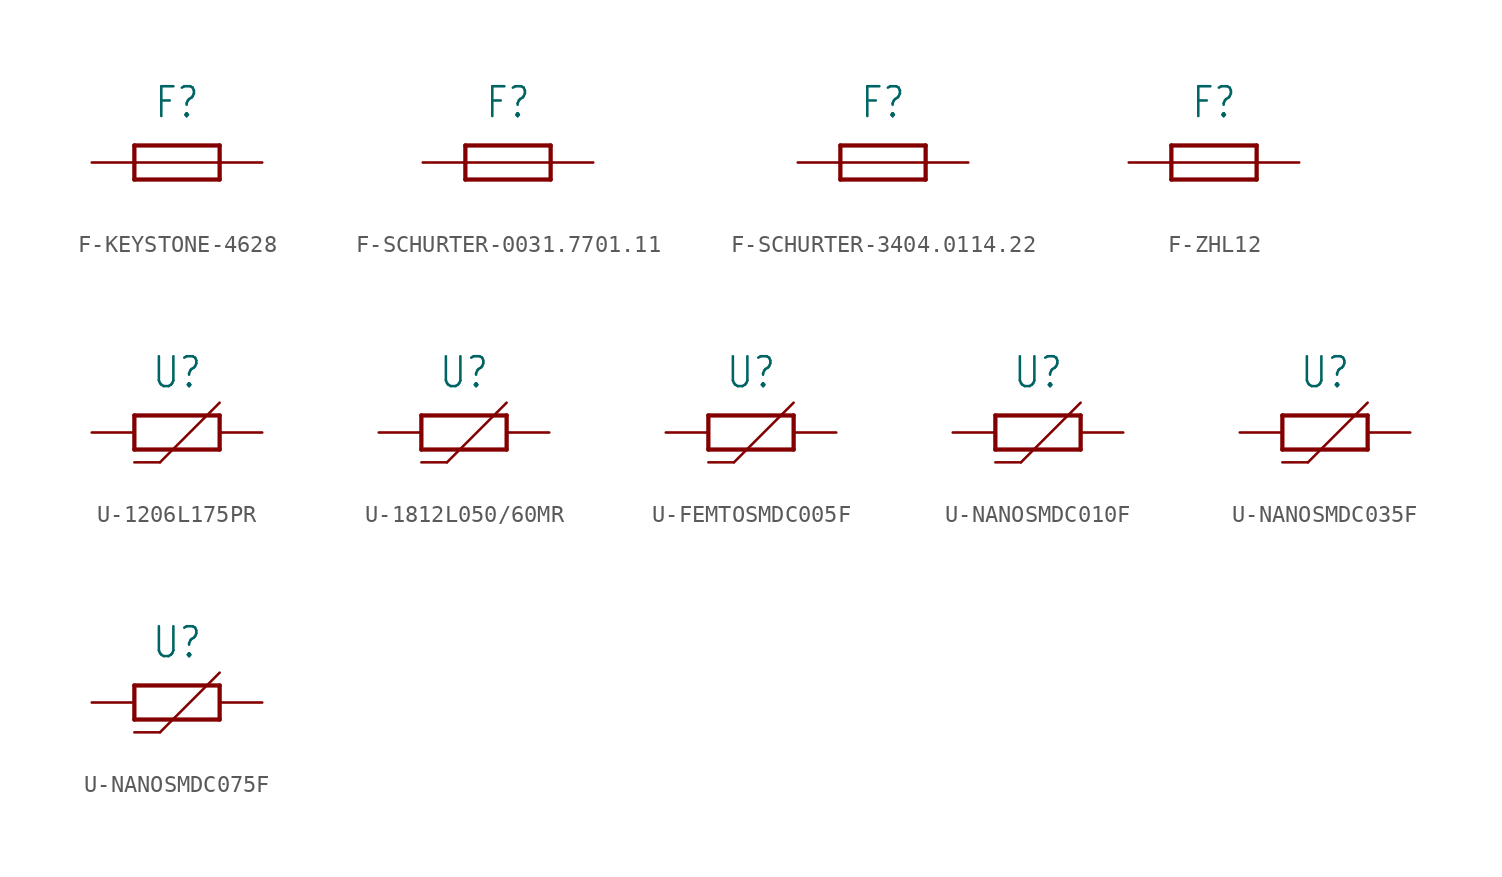
<source format=kicad_sym>
(kicad_symbol_lib
  (version 20231120)
  (generator "kicad_symbol_editor")
  (generator_version "8.0")
  (symbol "F-KEYSTONE-4628"
    (property "Reference" "F"
      (at 0 2.54 0)
      (effects (font (size 1.778 1.511)) (justify bottom)))
    (property "Value" ""
      (at 0 -2.54 0)
      (effects (font (size 1.778 1.511)) (justify top)))
    (property "ki_locked" ""
      (at 0 0 0)
      (effects (font (size 1.27 1.27))))
    (symbol "F-KEYSTONE-4628_1_0"
      (polyline (pts (xy -2.54 -1.016) (xy -2.54 0)) (stroke (width 0.254) (type solid)) (fill (type none)))
      (polyline (pts (xy -2.54 0) (xy -2.54 1.016)) (stroke (width 0.254) (type solid)) (fill (type none)))
      (polyline (pts (xy -2.54 0) (xy 2.54 0)) (stroke (width 0.152) (type solid)) (fill (type none)))
      (polyline (pts (xy -2.54 1.016) (xy 2.54 1.016)) (stroke (width 0.254) (type solid)) (fill (type none)))
      (polyline (pts (xy 2.54 -1.016) (xy -2.54 -1.016)) (stroke (width 0.254) (type solid)) (fill (type none)))
      (polyline (pts (xy 2.54 0) (xy 2.54 -1.016)) (stroke (width 0.254) (type solid)) (fill (type none)))
      (polyline (pts (xy 2.54 1.016) (xy 2.54 0)) (stroke (width 0.254) (type solid)) (fill (type none)))
      (pin passive line (at -5.08 0 0) (length 2.54) (name "1" (effects (font (size 0 0)))) (number "1" (effects (font (size 0 0)))))
      (pin passive line (at 5.08 0 180) (length 2.54) (name "2" (effects (font (size 0 0)))) (number "2" (effects (font (size 0 0)))))))
  (symbol "F-SCHURTER-0031.7701.11"
    (property "Reference" "F"
      (at 0 2.54 0)
      (effects (font (size 1.778 1.511)) (justify bottom)))
    (property "Value" ""
      (at 0 -2.54 0)
      (effects (font (size 1.778 1.511)) (justify top)))
    (property "ki_locked" ""
      (at 0 0 0)
      (effects (font (size 1.27 1.27))))
    (symbol "F-SCHURTER-0031.7701.11_1_0"
      (polyline (pts (xy -2.54 -1.016) (xy -2.54 0)) (stroke (width 0.254) (type solid)) (fill (type none)))
      (polyline (pts (xy -2.54 0) (xy -2.54 1.016)) (stroke (width 0.254) (type solid)) (fill (type none)))
      (polyline (pts (xy -2.54 0) (xy 2.54 0)) (stroke (width 0.152) (type solid)) (fill (type none)))
      (polyline (pts (xy -2.54 1.016) (xy 2.54 1.016)) (stroke (width 0.254) (type solid)) (fill (type none)))
      (polyline (pts (xy 2.54 -1.016) (xy -2.54 -1.016)) (stroke (width 0.254) (type solid)) (fill (type none)))
      (polyline (pts (xy 2.54 0) (xy 2.54 -1.016)) (stroke (width 0.254) (type solid)) (fill (type none)))
      (polyline (pts (xy 2.54 1.016) (xy 2.54 0)) (stroke (width 0.254) (type solid)) (fill (type none)))
      (pin passive line (at -5.08 0 0) (length 2.54) (name "1" (effects (font (size 0 0)))) (number "1" (effects (font (size 0 0)))))
      (pin passive line (at 5.08 0 180) (length 2.54) (name "2" (effects (font (size 0 0)))) (number "2" (effects (font (size 0 0)))))))
  (symbol "F-SCHURTER-3404.0114.22"
    (property "Reference" "F"
      (at 0 2.54 0)
      (effects (font (size 1.778 1.511)) (justify bottom)))
    (property "Value" ""
      (at 0 -2.54 0)
      (effects (font (size 1.778 1.511)) (justify top)))
    (property "ki_locked" ""
      (at 0 0 0)
      (effects (font (size 1.27 1.27))))
    (symbol "F-SCHURTER-3404.0114.22_1_0"
      (polyline (pts (xy -2.54 -1.016) (xy -2.54 0)) (stroke (width 0.254) (type solid)) (fill (type none)))
      (polyline (pts (xy -2.54 0) (xy -2.54 1.016)) (stroke (width 0.254) (type solid)) (fill (type none)))
      (polyline (pts (xy -2.54 0) (xy 2.54 0)) (stroke (width 0.152) (type solid)) (fill (type none)))
      (polyline (pts (xy -2.54 1.016) (xy 2.54 1.016)) (stroke (width 0.254) (type solid)) (fill (type none)))
      (polyline (pts (xy 2.54 -1.016) (xy -2.54 -1.016)) (stroke (width 0.254) (type solid)) (fill (type none)))
      (polyline (pts (xy 2.54 0) (xy 2.54 -1.016)) (stroke (width 0.254) (type solid)) (fill (type none)))
      (polyline (pts (xy 2.54 1.016) (xy 2.54 0)) (stroke (width 0.254) (type solid)) (fill (type none)))
      (pin passive line (at -5.08 0 0) (length 2.54) (name "1" (effects (font (size 0 0)))) (number "1" (effects (font (size 0 0)))))
      (pin passive line (at 5.08 0 180) (length 2.54) (name "2" (effects (font (size 0 0)))) (number "2" (effects (font (size 0 0)))))))
  (symbol "F-ZHL12"
    (property "Reference" "F"
      (at 0 2.54 0)
      (effects (font (size 1.778 1.511)) (justify bottom)))
    (property "Value" ""
      (at 0 -2.54 0)
      (effects (font (size 1.778 1.511)) (justify top)))
    (property "ki_locked" ""
      (at 0 0 0)
      (effects (font (size 1.27 1.27))))
    (symbol "F-ZHL12_1_0"
      (polyline (pts (xy -2.54 -1.016) (xy -2.54 0)) (stroke (width 0.254) (type solid)) (fill (type none)))
      (polyline (pts (xy -2.54 0) (xy -2.54 1.016)) (stroke (width 0.254) (type solid)) (fill (type none)))
      (polyline (pts (xy -2.54 0) (xy 2.54 0)) (stroke (width 0.152) (type solid)) (fill (type none)))
      (polyline (pts (xy -2.54 1.016) (xy 2.54 1.016)) (stroke (width 0.254) (type solid)) (fill (type none)))
      (polyline (pts (xy 2.54 -1.016) (xy -2.54 -1.016)) (stroke (width 0.254) (type solid)) (fill (type none)))
      (polyline (pts (xy 2.54 0) (xy 2.54 -1.016)) (stroke (width 0.254) (type solid)) (fill (type none)))
      (polyline (pts (xy 2.54 1.016) (xy 2.54 0)) (stroke (width 0.254) (type solid)) (fill (type none)))
      (pin passive line (at -5.08 0 0) (length 2.54) (name "1" (effects (font (size 0 0)))) (number "1" (effects (font (size 0 0)))))
      (pin passive line (at 5.08 0 180) (length 2.54) (name "2" (effects (font (size 0 0)))) (number "2" (effects (font (size 0 0)))))))
  (symbol "U-1206L175PR"
    (property "Reference" "U"
      (at 0 2.54 0)
      (effects (font (size 1.778 1.511)) (justify bottom)))
    (property "Value" ""
      (at 0 -2.54 0)
      (effects (font (size 1.778 1.511)) (justify top)))
    (property "ki_locked" ""
      (at 0 0 0)
      (effects (font (size 1.27 1.27))))
    (symbol "U-1206L175PR_1_0"
      (polyline (pts (xy -2.54 -1.778) (xy -1.016 -1.778)) (stroke (width 0.152) (type solid)) (fill (type none)))
      (polyline (pts (xy -2.54 -1.016) (xy -2.54 1.016)) (stroke (width 0.254) (type solid)) (fill (type none)))
      (polyline (pts (xy -2.54 1.016) (xy 2.54 1.016)) (stroke (width 0.254) (type solid)) (fill (type none)))
      (polyline (pts (xy -1.016 -1.778) (xy 2.54 1.778)) (stroke (width 0.152) (type solid)) (fill (type none)))
      (polyline (pts (xy 2.54 -1.016) (xy -2.54 -1.016)) (stroke (width 0.254) (type solid)) (fill (type none)))
      (polyline (pts (xy 2.54 1.016) (xy 2.54 -1.016)) (stroke (width 0.254) (type solid)) (fill (type none)))
      (pin passive line (at -5.08 0 0) (length 2.54) (name "1" (effects (font (size 0 0)))) (number "1" (effects (font (size 0 0)))))
      (pin passive line (at 5.08 0 180) (length 2.54) (name "2" (effects (font (size 0 0)))) (number "2" (effects (font (size 0 0)))))))
  (symbol "U-1812L050/60MR"
    (property "Reference" "U"
      (at 0 2.54 0)
      (effects (font (size 1.778 1.511)) (justify bottom)))
    (property "Value" ""
      (at 0 -2.54 0)
      (effects (font (size 1.778 1.511)) (justify top)))
    (property "ki_locked" ""
      (at 0 0 0)
      (effects (font (size 1.27 1.27))))
    (symbol "U-1812L050/60MR_1_0"
      (polyline (pts (xy -2.54 -1.778) (xy -1.016 -1.778)) (stroke (width 0.152) (type solid)) (fill (type none)))
      (polyline (pts (xy -2.54 -1.016) (xy -2.54 1.016)) (stroke (width 0.254) (type solid)) (fill (type none)))
      (polyline (pts (xy -2.54 1.016) (xy 2.54 1.016)) (stroke (width 0.254) (type solid)) (fill (type none)))
      (polyline (pts (xy -1.016 -1.778) (xy 2.54 1.778)) (stroke (width 0.152) (type solid)) (fill (type none)))
      (polyline (pts (xy 2.54 -1.016) (xy -2.54 -1.016)) (stroke (width 0.254) (type solid)) (fill (type none)))
      (polyline (pts (xy 2.54 1.016) (xy 2.54 -1.016)) (stroke (width 0.254) (type solid)) (fill (type none)))
      (pin passive line (at -5.08 0 0) (length 2.54) (name "1" (effects (font (size 0 0)))) (number "1" (effects (font (size 0 0)))))
      (pin passive line (at 5.08 0 180) (length 2.54) (name "2" (effects (font (size 0 0)))) (number "2" (effects (font (size 0 0)))))))
  (symbol "U-FEMTOSMDC005F"
    (property "Reference" "U"
      (at 0 2.54 0)
      (effects (font (size 1.778 1.511)) (justify bottom)))
    (property "Value" ""
      (at 0 -2.54 0)
      (effects (font (size 1.778 1.511)) (justify top)))
    (property "ki_locked" ""
      (at 0 0 0)
      (effects (font (size 1.27 1.27))))
    (symbol "U-FEMTOSMDC005F_1_0"
      (polyline (pts (xy -2.54 -1.778) (xy -1.016 -1.778)) (stroke (width 0.152) (type solid)) (fill (type none)))
      (polyline (pts (xy -2.54 -1.016) (xy -2.54 1.016)) (stroke (width 0.254) (type solid)) (fill (type none)))
      (polyline (pts (xy -2.54 1.016) (xy 2.54 1.016)) (stroke (width 0.254) (type solid)) (fill (type none)))
      (polyline (pts (xy -1.016 -1.778) (xy 2.54 1.778)) (stroke (width 0.152) (type solid)) (fill (type none)))
      (polyline (pts (xy 2.54 -1.016) (xy -2.54 -1.016)) (stroke (width 0.254) (type solid)) (fill (type none)))
      (polyline (pts (xy 2.54 1.016) (xy 2.54 -1.016)) (stroke (width 0.254) (type solid)) (fill (type none)))
      (pin passive line (at -5.08 0 0) (length 2.54) (name "1" (effects (font (size 0 0)))) (number "1" (effects (font (size 0 0)))))
      (pin passive line (at 5.08 0 180) (length 2.54) (name "2" (effects (font (size 0 0)))) (number "2" (effects (font (size 0 0)))))))
  (symbol "U-NANOSMDC010F"
    (property "Reference" "U"
      (at 0 2.54 0)
      (effects (font (size 1.778 1.511)) (justify bottom)))
    (property "Value" ""
      (at 0 -2.54 0)
      (effects (font (size 1.778 1.511)) (justify top)))
    (property "ki_locked" ""
      (at 0 0 0)
      (effects (font (size 1.27 1.27))))
    (symbol "U-NANOSMDC010F_1_0"
      (polyline (pts (xy -2.54 -1.778) (xy -1.016 -1.778)) (stroke (width 0.152) (type solid)) (fill (type none)))
      (polyline (pts (xy -2.54 -1.016) (xy -2.54 1.016)) (stroke (width 0.254) (type solid)) (fill (type none)))
      (polyline (pts (xy -2.54 1.016) (xy 2.54 1.016)) (stroke (width 0.254) (type solid)) (fill (type none)))
      (polyline (pts (xy -1.016 -1.778) (xy 2.54 1.778)) (stroke (width 0.152) (type solid)) (fill (type none)))
      (polyline (pts (xy 2.54 -1.016) (xy -2.54 -1.016)) (stroke (width 0.254) (type solid)) (fill (type none)))
      (polyline (pts (xy 2.54 1.016) (xy 2.54 -1.016)) (stroke (width 0.254) (type solid)) (fill (type none)))
      (pin passive line (at -5.08 0 0) (length 2.54) (name "1" (effects (font (size 0 0)))) (number "1" (effects (font (size 0 0)))))
      (pin passive line (at 5.08 0 180) (length 2.54) (name "2" (effects (font (size 0 0)))) (number "2" (effects (font (size 0 0)))))))
  (symbol "U-NANOSMDC035F"
    (property "Reference" "U"
      (at 0 2.54 0)
      (effects (font (size 1.778 1.511)) (justify bottom)))
    (property "Value" ""
      (at 0 -2.54 0)
      (effects (font (size 1.778 1.511)) (justify top)))
    (property "ki_locked" ""
      (at 0 0 0)
      (effects (font (size 1.27 1.27))))
    (symbol "U-NANOSMDC035F_1_0"
      (polyline (pts (xy -2.54 -1.778) (xy -1.016 -1.778)) (stroke (width 0.152) (type solid)) (fill (type none)))
      (polyline (pts (xy -2.54 -1.016) (xy -2.54 1.016)) (stroke (width 0.254) (type solid)) (fill (type none)))
      (polyline (pts (xy -2.54 1.016) (xy 2.54 1.016)) (stroke (width 0.254) (type solid)) (fill (type none)))
      (polyline (pts (xy -1.016 -1.778) (xy 2.54 1.778)) (stroke (width 0.152) (type solid)) (fill (type none)))
      (polyline (pts (xy 2.54 -1.016) (xy -2.54 -1.016)) (stroke (width 0.254) (type solid)) (fill (type none)))
      (polyline (pts (xy 2.54 1.016) (xy 2.54 -1.016)) (stroke (width 0.254) (type solid)) (fill (type none)))
      (pin passive line (at -5.08 0 0) (length 2.54) (name "1" (effects (font (size 0 0)))) (number "1" (effects (font (size 0 0)))))
      (pin passive line (at 5.08 0 180) (length 2.54) (name "2" (effects (font (size 0 0)))) (number "2" (effects (font (size 0 0)))))))
  (symbol "U-NANOSMDC075F"
    (property "Reference" "U"
      (at 0 2.54 0)
      (effects (font (size 1.778 1.511)) (justify bottom)))
    (property "Value" ""
      (at 0 -2.54 0)
      (effects (font (size 1.778 1.511)) (justify top)))
    (property "ki_locked" ""
      (at 0 0 0)
      (effects (font (size 1.27 1.27))))
    (symbol "U-NANOSMDC075F_1_0"
      (polyline (pts (xy -2.54 -1.778) (xy -1.016 -1.778)) (stroke (width 0.152) (type solid)) (fill (type none)))
      (polyline (pts (xy -2.54 -1.016) (xy -2.54 1.016)) (stroke (width 0.254) (type solid)) (fill (type none)))
      (polyline (pts (xy -2.54 1.016) (xy 2.54 1.016)) (stroke (width 0.254) (type solid)) (fill (type none)))
      (polyline (pts (xy -1.016 -1.778) (xy 2.54 1.778)) (stroke (width 0.152) (type solid)) (fill (type none)))
      (polyline (pts (xy 2.54 -1.016) (xy -2.54 -1.016)) (stroke (width 0.254) (type solid)) (fill (type none)))
      (polyline (pts (xy 2.54 1.016) (xy 2.54 -1.016)) (stroke (width 0.254) (type solid)) (fill (type none)))
      (pin passive line (at -5.08 0 0) (length 2.54) (name "1" (effects (font (size 0 0)))) (number "1" (effects (font (size 0 0)))))
      (pin passive line (at 5.08 0 180) (length 2.54) (name "2" (effects (font (size 0 0)))) (number "2" (effects (font (size 0 0))))))))
</source>
